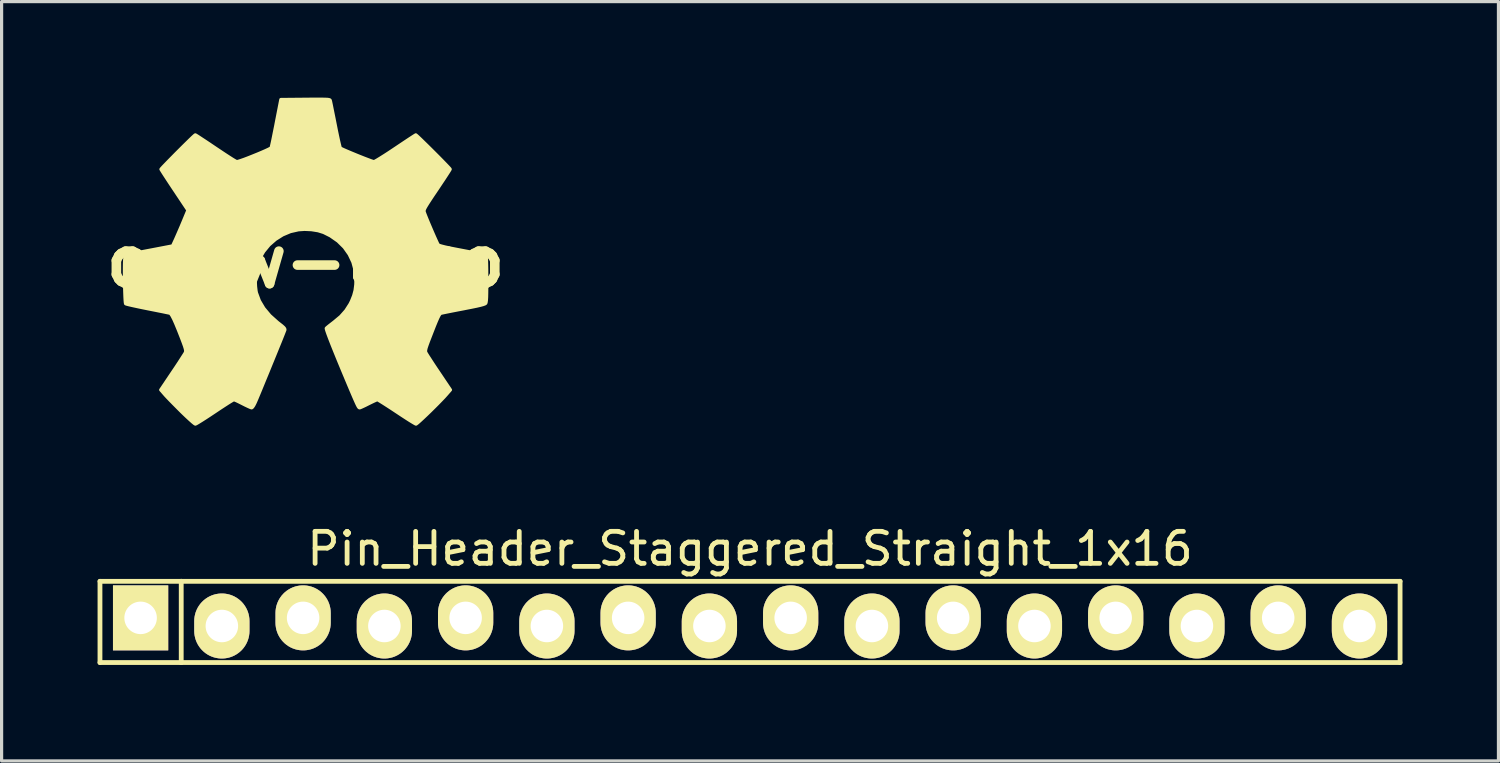
<source format=kicad_pcb>
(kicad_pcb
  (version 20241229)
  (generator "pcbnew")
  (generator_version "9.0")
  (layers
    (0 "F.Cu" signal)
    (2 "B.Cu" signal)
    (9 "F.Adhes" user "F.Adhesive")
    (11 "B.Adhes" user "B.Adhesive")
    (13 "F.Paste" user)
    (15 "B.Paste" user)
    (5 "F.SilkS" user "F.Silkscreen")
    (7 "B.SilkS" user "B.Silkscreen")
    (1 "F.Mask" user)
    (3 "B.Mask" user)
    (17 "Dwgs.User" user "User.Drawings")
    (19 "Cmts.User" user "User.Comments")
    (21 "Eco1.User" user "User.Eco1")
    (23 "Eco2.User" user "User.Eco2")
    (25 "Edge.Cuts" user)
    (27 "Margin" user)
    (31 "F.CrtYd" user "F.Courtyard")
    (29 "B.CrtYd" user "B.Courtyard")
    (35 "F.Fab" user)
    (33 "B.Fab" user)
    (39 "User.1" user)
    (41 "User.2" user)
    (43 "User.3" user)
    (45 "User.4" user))
  (footprint "Pin_Header_Staggered_Straight_1x16"
    (layer "F.Cu")
    (at 20.395 16.391)
    (property "Reference" "Pin_Header_Staggered_Straight_1x16" (at 0 -2.286 0) (layer "F.SilkS") (effects (font (size 1 1) (thickness 0.15))))
    (attr through_hole)
    (fp_line (start -20.32 -1.27) (end -20.32 1.27) (stroke (width 0.15) (type solid)) (layer "F.SilkS"))
    (fp_line (start -20.32 -1.27) (end -17.78 -1.27) (stroke (width 0.15) (type solid)) (layer "F.SilkS"))
    (fp_line (start -20.32 1.27) (end -17.78 1.27) (stroke (width 0.15) (type solid)) (layer "F.SilkS"))
    (fp_line (start -17.78 -1.27) (end -17.78 1.27) (stroke (width 0.15) (type solid)) (layer "F.SilkS"))
    (fp_line (start -17.78 1.27) (end 20.32 1.27) (stroke (width 0.15) (type solid)) (layer "F.SilkS"))
    (fp_line (start 20.32 -1.27) (end -17.78 -1.27) (stroke (width 0.15) (type solid)) (layer "F.SilkS"))
    (fp_line (start 20.32 1.27) (end 20.32 -1.27) (stroke (width 0.15) (type solid)) (layer "F.SilkS"))
    (pad "1" thru_hole rect (at -19.05 -0.127) (size 1.727 2.032) (drill 1.016) (layers "*.Cu" "*.Mask" "F.SilkS"))
    (pad "2" thru_hole oval (at -16.51 0.127) (size 1.727 2.032) (drill 1.016) (layers "*.Cu" "*.Mask" "F.SilkS"))
    (pad "3" thru_hole oval (at -13.97 -0.127) (size 1.727 2.032) (drill 1.016) (layers "*.Cu" "*.Mask" "F.SilkS"))
    (pad "4" thru_hole oval (at -11.43 0.127) (size 1.727 2.032) (drill 1.016) (layers "*.Cu" "*.Mask" "F.SilkS"))
    (pad "5" thru_hole oval (at -8.89 -0.127) (size 1.727 2.032) (drill 1.016) (layers "*.Cu" "*.Mask" "F.SilkS"))
    (pad "6" thru_hole oval (at -6.35 0.127) (size 1.727 2.032) (drill 1.016) (layers "*.Cu" "*.Mask" "F.SilkS"))
    (pad "7" thru_hole oval (at -3.81 -0.127) (size 1.727 2.032) (drill 1.016) (layers "*.Cu" "*.Mask" "F.SilkS"))
    (pad "8" thru_hole oval (at -1.27 0.127) (size 1.727 2.032) (drill 1.016) (layers "*.Cu" "*.Mask" "F.SilkS"))
    (pad "9" thru_hole oval (at 1.27 -0.127) (size 1.727 2.032) (drill 1.016) (layers "*.Cu" "*.Mask" "F.SilkS"))
    (pad "10" thru_hole oval (at 3.81 0.127) (size 1.727 2.032) (drill 1.016) (layers "*.Cu" "*.Mask" "F.SilkS"))
    (pad "11" thru_hole oval (at 6.35 -0.127) (size 1.727 2.032) (drill 1.016) (layers "*.Cu" "*.Mask" "F.SilkS"))
    (pad "12" thru_hole oval (at 8.89 0.127) (size 1.727 2.032) (drill 1.016) (layers "*.Cu" "*.Mask" "F.SilkS"))
    (pad "13" thru_hole oval (at 11.43 -0.127) (size 1.727 2.032) (drill 1.016) (layers "*.Cu" "*.Mask" "F.SilkS"))
    (pad "14" thru_hole oval (at 13.97 0.127) (size 1.727 2.032) (drill 1.016) (layers "*.Cu" "*.Mask" "F.SilkS"))
    (pad "15" thru_hole oval (at 16.51 -0.127) (size 1.727 2.032) (drill 1.016) (layers "*.Cu" "*.Mask" "F.SilkS"))
    (pad "16" thru_hole oval (at 19.05 0.127) (size 1.727 2.032) (drill 1.016) (layers "*.Cu" "*.Mask" "F.SilkS")))
  (footprint "oshw-logo"
    (layer "F.Cu")
    (at 6.502 5.127)
    (property "Reference" "oshw-logo" (at 0 0 0) (layer "F.SilkS") (effects (font (size 1.524 1.524) (thickness 0.3))))
    (attr through_hole)
    (fp_poly (pts (xy 5.664 0.586) (xy 5.663 0.806) (xy 5.661 0.979) (xy 5.658 1.111) (xy 5.652 1.206) (xy 5.644 1.267) (xy 5.634 1.301) (xy 5.632 1.304) (xy 5.608 1.321) (xy 5.556 1.341) (xy 5.473 1.364) (xy 5.353 1.392) (xy 5.193 1.425) (xy 4.988 1.465) (xy 4.94 1.475) (xy 4.761 1.509) (xy 4.597 1.541) (xy 4.456 1.569) (xy 4.343 1.592) (xy 4.267 1.608) (xy 4.234 1.615) (xy 4.214 1.627) (xy 4.191 1.653) (xy 4.164 1.698) (xy 4.13 1.767) (xy 4.087 1.865) (xy 4.033 1.996) (xy 3.966 2.167) (xy 3.899 2.339) (xy 3.838 2.496) (xy 3.795 2.614) (xy 3.767 2.698) (xy 3.753 2.758) (xy 3.749 2.799) (xy 3.754 2.83) (xy 3.759 2.842) (xy 3.781 2.881) (xy 3.827 2.955) (xy 3.894 3.058) (xy 3.976 3.185) (xy 4.07 3.327) (xy 4.159 3.459) (xy 4.529 4.01) (xy 4.4 4.158) (xy 4.33 4.236) (xy 4.238 4.332) (xy 4.132 4.441) (xy 4.017 4.556) (xy 3.899 4.673) (xy 3.783 4.785) (xy 3.676 4.886) (xy 3.583 4.972) (xy 3.511 5.036) (xy 3.464 5.073) (xy 3.451 5.08) (xy 3.421 5.066) (xy 3.356 5.028) (xy 3.259 4.969) (xy 3.139 4.892) (xy 2.999 4.801) (xy 2.847 4.7) (xy 2.845 4.699) (xy 2.693 4.598) (xy 2.554 4.508) (xy 2.434 4.431) (xy 2.338 4.371) (xy 2.273 4.332) (xy 2.244 4.318) (xy 2.244 4.318) (xy 2.211 4.329) (xy 2.143 4.359) (xy 2.051 4.403) (xy 1.966 4.445) (xy 1.863 4.497) (xy 1.775 4.538) (xy 1.713 4.565) (xy 1.689 4.572) (xy 1.677 4.569) (xy 1.664 4.557) (xy 1.646 4.532) (xy 1.623 4.489) (xy 1.592 4.424) (xy 1.551 4.332) (xy 1.497 4.209) (xy 1.429 4.05) (xy 1.345 3.851) (xy 1.296 3.734) (xy 1.152 3.39) (xy 1.025 3.084) (xy 0.916 2.816) (xy 0.824 2.587) (xy 0.751 2.4) (xy 0.697 2.255) (xy 0.662 2.153) (xy 0.647 2.096) (xy 0.647 2.084) (xy 0.673 2.059) (xy 0.73 2.012) (xy 0.811 1.949) (xy 0.889 1.889) (xy 1.096 1.716) (xy 1.259 1.532) (xy 1.389 1.329) (xy 1.434 1.238) (xy 1.504 1.064) (xy 1.548 0.899) (xy 1.57 0.722) (xy 1.575 0.563) (xy 1.551 0.283) (xy 1.48 0.019) (xy 1.364 -0.226) (xy 1.208 -0.447) (xy 1.012 -0.64) (xy 0.779 -0.803) (xy 0.564 -0.911) (xy 0.39 -0.965) (xy 0.185 -0.998) (xy -0.032 -1.008) (xy -0.222 -0.995) (xy -0.474 -0.938) (xy -0.716 -0.836) (xy -0.941 -0.694) (xy -1.141 -0.519) (xy -1.309 -0.314) (xy -1.418 -0.127) (xy -1.468 -0.017) (xy -1.511 0.091) (xy -1.541 0.179) (xy -1.548 0.203) (xy -1.564 0.318) (xy -1.573 0.465) (xy -1.572 0.626) (xy -1.564 0.783) (xy -1.548 0.918) (xy -1.536 0.977) (xy -1.445 1.224) (xy -1.305 1.46) (xy -1.116 1.686) (xy -0.877 1.9) (xy -0.831 1.936) (xy -0.739 2.008) (xy -0.681 2.06) (xy -0.653 2.097) (xy -0.646 2.128) (xy -0.649 2.142) (xy -0.663 2.178) (xy -0.693 2.256) (xy -0.738 2.369) (xy -0.795 2.511) (xy -0.863 2.677) (xy -0.938 2.862) (xy -1.018 3.058) (xy -1.101 3.261) (xy -1.184 3.465) (xy -1.266 3.663) (xy -1.343 3.851) (xy -1.413 4.022) (xy -1.475 4.171) (xy -1.525 4.291) (xy -1.562 4.377) (xy -1.578 4.413) (xy -1.619 4.494) (xy -1.657 4.55) (xy -1.685 4.572) (xy -1.722 4.561) (xy -1.792 4.53) (xy -1.885 4.486) (xy -1.966 4.445) (xy -2.069 4.393) (xy -2.156 4.351) (xy -2.218 4.325) (xy -2.242 4.318) (xy -2.27 4.332) (xy -2.335 4.37) (xy -2.431 4.43) (xy -2.55 4.507) (xy -2.689 4.598) (xy -2.84 4.699) (xy -2.992 4.8) (xy -3.131 4.891) (xy -3.252 4.968) (xy -3.349 5.028) (xy -3.416 5.067) (xy -3.446 5.08) (xy -3.475 5.063) (xy -3.534 5.015) (xy -3.617 4.941) (xy -3.719 4.847) (xy -3.833 4.738) (xy -3.879 4.693) (xy -4.004 4.568) (xy -4.126 4.445) (xy -4.237 4.332) (xy -4.328 4.237) (xy -4.392 4.168) (xy -4.4 4.158) (xy -4.529 4.01) (xy -4.159 3.459) (xy -4.057 3.308) (xy -3.964 3.167) (xy -3.884 3.043) (xy -3.82 2.943) (xy -3.776 2.874) (xy -3.759 2.842) (xy -3.749 2.812) (xy -3.749 2.774) (xy -3.76 2.721) (xy -3.783 2.644) (xy -3.822 2.536) (xy -3.874 2.398) (xy -3.971 2.151) (xy -4.053 1.952) (xy -4.121 1.799) (xy -4.176 1.693) (xy -4.217 1.632) (xy -4.239 1.615) (xy -4.274 1.607) (xy -4.352 1.591) (xy -4.466 1.567) (xy -4.608 1.539) (xy -4.773 1.506) (xy -4.94 1.473) (xy -5.118 1.437) (xy -5.279 1.403) (xy -5.417 1.373) (xy -5.526 1.348) (xy -5.598 1.329) (xy -5.626 1.318) (xy -5.633 1.287) (xy -5.64 1.213) (xy -5.646 1.104) (xy -5.651 0.969) (xy -5.656 0.815) (xy -5.659 0.651) (xy -5.662 0.485) (xy -5.663 0.324) (xy -5.662 0.177) (xy -5.66 0.052) (xy -5.656 -0.043) (xy -5.652 -0.094) (xy -5.636 -0.2) (xy -5.466 -0.237) (xy -5.39 -0.253) (xy -5.275 -0.276) (xy -5.13 -0.305) (xy -4.965 -0.337) (xy -4.79 -0.37) (xy -4.727 -0.382) (xy -4.159 -0.491) (xy -4.064 -0.696) (xy -4.019 -0.798) (xy -3.961 -0.931) (xy -3.897 -1.079) (xy -3.835 -1.227) (xy -3.824 -1.253) (xy -3.678 -1.605) (xy -4.1 -2.238) (xy -4.206 -2.397) (xy -4.302 -2.543) (xy -4.385 -2.67) (xy -4.451 -2.772) (xy -4.497 -2.845) (xy -4.52 -2.883) (xy -4.521 -2.887) (xy -4.504 -2.909) (xy -4.456 -2.962) (xy -4.382 -3.039) (xy -4.289 -3.135) (xy -4.181 -3.245) (xy -4.064 -3.364) (xy -3.943 -3.485) (xy -3.825 -3.603) (xy -3.713 -3.713) (xy -3.615 -3.809) (xy -3.534 -3.887) (xy -3.477 -3.939) (xy -3.45 -3.962) (xy -3.448 -3.962) (xy -3.422 -3.949) (xy -3.36 -3.91) (xy -3.267 -3.849) (xy -3.148 -3.771) (xy -3.008 -3.678) (xy -2.854 -3.574) (xy -2.808 -3.543) (xy -2.649 -3.437) (xy -2.503 -3.34) (xy -2.375 -3.257) (xy -2.271 -3.191) (xy -2.195 -3.146) (xy -2.155 -3.125) (xy -2.15 -3.124) (xy -2.105 -3.134) (xy -2.023 -3.16) (xy -1.914 -3.198) (xy -1.786 -3.247) (xy -1.648 -3.302) (xy -1.507 -3.359) (xy -1.374 -3.415) (xy -1.255 -3.467) (xy -1.16 -3.511) (xy -1.098 -3.544) (xy -1.077 -3.56) (xy -1.069 -3.59) (xy -1.052 -3.664) (xy -1.028 -3.774) (xy -0.999 -3.916) (xy -0.966 -4.081) (xy -0.929 -4.265) (xy -0.918 -4.325) (xy -0.773 -5.067) (xy -0.007 -5.074) (xy 0.211 -5.076) (xy 0.383 -5.077) (xy 0.516 -5.076) (xy 0.613 -5.074) (xy 0.682 -5.071) (xy 0.727 -5.065) (xy 0.754 -5.057) (xy 0.767 -5.047) (xy 0.772 -5.036) (xy 0.781 -5) (xy 0.798 -4.921) (xy 0.821 -4.806) (xy 0.85 -4.661) (xy 0.884 -4.494) (xy 0.92 -4.311) (xy 0.926 -4.282) (xy 0.962 -4.098) (xy 0.997 -3.931) (xy 1.028 -3.786) (xy 1.055 -3.67) (xy 1.075 -3.589) (xy 1.087 -3.551) (xy 1.089 -3.549) (xy 1.121 -3.531) (xy 1.193 -3.497) (xy 1.294 -3.453) (xy 1.417 -3.401) (xy 1.552 -3.345) (xy 1.692 -3.288) (xy 1.826 -3.235) (xy 1.946 -3.189) (xy 2.045 -3.152) (xy 2.112 -3.13) (xy 2.137 -3.124) (xy 2.17 -3.138) (xy 2.239 -3.177) (xy 2.339 -3.238) (xy 2.463 -3.316) (xy 2.607 -3.409) (xy 2.763 -3.513) (xy 2.808 -3.543) (xy 2.966 -3.649) (xy 3.11 -3.745) (xy 3.235 -3.828) (xy 3.336 -3.894) (xy 3.407 -3.94) (xy 3.443 -3.961) (xy 3.446 -3.962) (xy 3.468 -3.945) (xy 3.521 -3.897) (xy 3.598 -3.824) (xy 3.694 -3.73) (xy 3.805 -3.622) (xy 3.923 -3.505) (xy 4.044 -3.384) (xy 4.162 -3.266) (xy 4.272 -3.154) (xy 4.368 -3.055) (xy 4.445 -2.975) (xy 4.498 -2.918) (xy 4.521 -2.89) (xy 4.521 -2.889) (xy 4.508 -2.863) (xy 4.469 -2.8) (xy 4.409 -2.707) (xy 4.331 -2.587) (xy 4.238 -2.448) (xy 4.135 -2.293) (xy 4.104 -2.247) (xy 3.983 -2.068) (xy 3.889 -1.926) (xy 3.818 -1.816) (xy 3.766 -1.732) (xy 3.732 -1.671) (xy 3.712 -1.626) (xy 3.704 -1.593) (xy 3.704 -1.567) (xy 3.708 -1.55) (xy 3.727 -1.497) (xy 3.761 -1.41) (xy 3.807 -1.296) (xy 3.861 -1.167) (xy 3.92 -1.029) (xy 3.979 -0.892) (xy 4.035 -0.764) (xy 4.084 -0.656) (xy 4.121 -0.575) (xy 4.145 -0.53) (xy 4.147 -0.525) (xy 4.179 -0.507) (xy 4.25 -0.485) (xy 4.364 -0.456) (xy 4.522 -0.422) (xy 4.727 -0.382) (xy 4.801 -0.368) (xy 5.026 -0.325) (xy 5.206 -0.291) (xy 5.347 -0.263) (xy 5.453 -0.24) (xy 5.53 -0.222) (xy 5.582 -0.205) (xy 5.615 -0.19) (xy 5.634 -0.175) (xy 5.644 -0.158) (xy 5.649 -0.144) (xy 5.653 -0.104) (xy 5.656 -0.021) (xy 5.659 0.098) (xy 5.662 0.245) (xy 5.663 0.415) (xy 5.664 0.586)) (stroke (width 0.1) (type solid)) (fill yes) (layer "F.SilkS")))
  (gr_rect
    (start -3 -3)
    (end 43.79 20.736)
    (stroke (width 0.1) (type default))
    (fill no)
    (layer "Edge.Cuts")))
</source>
